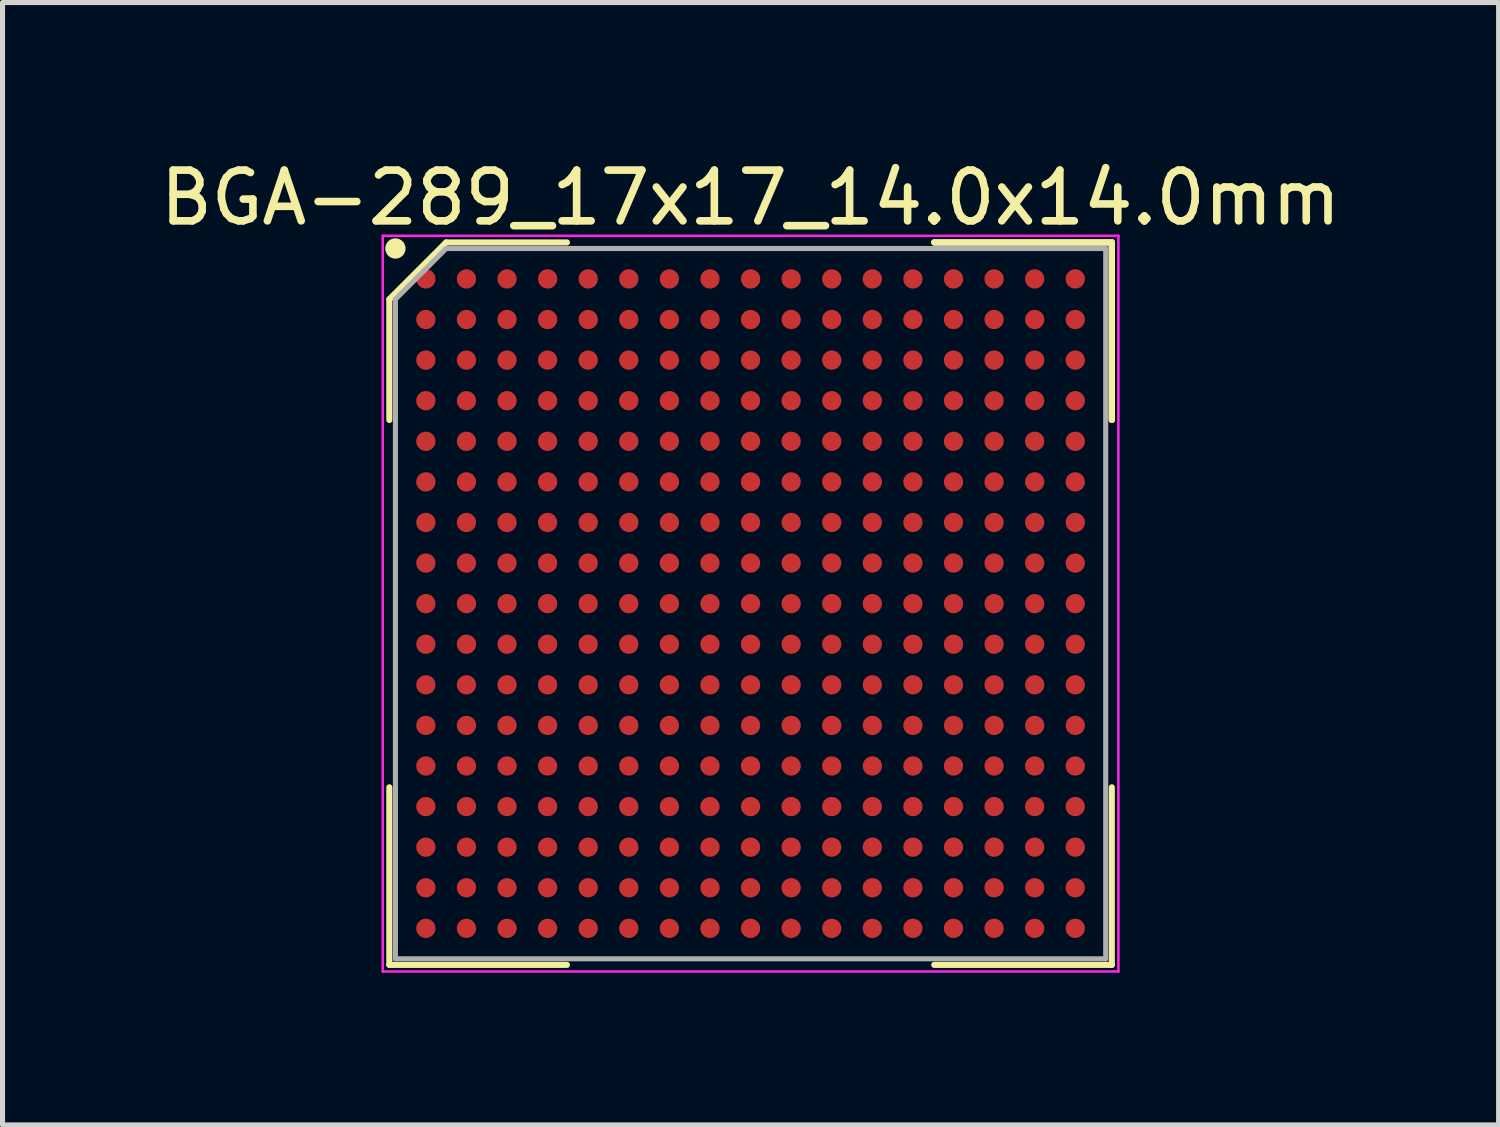
<source format=kicad_pcb>
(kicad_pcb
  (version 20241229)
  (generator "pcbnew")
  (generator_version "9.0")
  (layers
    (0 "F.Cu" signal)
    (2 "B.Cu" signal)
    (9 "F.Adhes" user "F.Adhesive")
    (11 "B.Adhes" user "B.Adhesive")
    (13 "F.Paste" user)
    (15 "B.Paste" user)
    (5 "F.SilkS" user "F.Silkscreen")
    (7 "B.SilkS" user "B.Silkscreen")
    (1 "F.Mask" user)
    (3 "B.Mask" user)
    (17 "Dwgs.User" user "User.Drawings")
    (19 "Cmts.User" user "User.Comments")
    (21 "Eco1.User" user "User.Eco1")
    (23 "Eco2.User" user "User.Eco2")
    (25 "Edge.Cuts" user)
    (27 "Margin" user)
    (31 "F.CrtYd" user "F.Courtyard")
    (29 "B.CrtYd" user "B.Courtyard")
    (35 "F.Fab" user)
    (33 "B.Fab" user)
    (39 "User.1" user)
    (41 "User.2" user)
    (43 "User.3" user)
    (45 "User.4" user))
  (footprint "BGA-289_17x17_14.0x14.0mm"
    (layer "F.Cu")
    (at 11.744 8.848)
    (property "Reference" "BGA-289_17x17_14.0x14.0mm" (at 0 -8 0) (layer "F.SilkS") (effects (font (size 1 1) (thickness 0.15))))
    (attr smd)
    (fp_line (start -7.12 -6) (end -7.12 -3.62) (stroke (width 0.12) (type solid)) (layer "F.SilkS"))
    (fp_line (start -7.12 7.12) (end -7.12 3.62) (stroke (width 0.12) (type solid)) (layer "F.SilkS"))
    (fp_line (start -6 -7.12) (end -7.12 -6) (stroke (width 0.12) (type solid)) (layer "F.SilkS"))
    (fp_line (start -3.62 -7.12) (end -6 -7.12) (stroke (width 0.12) (type solid)) (layer "F.SilkS"))
    (fp_line (start -3.62 7.12) (end -7.12 7.12) (stroke (width 0.12) (type solid)) (layer "F.SilkS"))
    (fp_line (start 3.62 -7.12) (end 7.12 -7.12) (stroke (width 0.12) (type solid)) (layer "F.SilkS"))
    (fp_line (start 3.62 -7.12) (end 7.12 -7.12) (stroke (width 0.12) (type solid)) (layer "F.SilkS"))
    (fp_line (start 3.62 -7.12) (end 7.12 -7.12) (stroke (width 0.12) (type solid)) (layer "F.SilkS"))
    (fp_line (start 3.62 7.12) (end 7.12 7.12) (stroke (width 0.12) (type solid)) (layer "F.SilkS"))
    (fp_line (start 7.12 -7.12) (end 7.12 -3.62) (stroke (width 0.12) (type solid)) (layer "F.SilkS"))
    (fp_line (start 7.12 -7.12) (end 7.12 -3.62) (stroke (width 0.12) (type solid)) (layer "F.SilkS"))
    (fp_line (start 7.12 -7.12) (end 7.12 -3.62) (stroke (width 0.12) (type solid)) (layer "F.SilkS"))
    (fp_line (start 7.12 7.12) (end 7.12 3.62) (stroke (width 0.12) (type solid)) (layer "F.SilkS"))
    (fp_circle (center -7 -7) (end -7 -6.9) (stroke (width 0.2) (type solid)) (fill no) (layer "F.SilkS"))
    (fp_line (start -7.25 -7.25) (end 7.25 -7.25) (stroke (width 0.05) (type solid)) (layer "F.CrtYd"))
    (fp_line (start -7.25 7.25) (end -7.25 -7.25) (stroke (width 0.05) (type solid)) (layer "F.CrtYd"))
    (fp_line (start 7.25 -7.25) (end 7.25 7.25) (stroke (width 0.05) (type solid)) (layer "F.CrtYd"))
    (fp_line (start 7.25 7.25) (end -7.25 7.25) (stroke (width 0.05) (type solid)) (layer "F.CrtYd"))
    (fp_line (start -7 -6) (end -7 7) (stroke (width 0.1) (type solid)) (layer "F.Fab"))
    (fp_line (start -7 7) (end 7 7) (stroke (width 0.1) (type solid)) (layer "F.Fab"))
    (fp_line (start -6 -7) (end -7 -6) (stroke (width 0.1) (type solid)) (layer "F.Fab"))
    (fp_line (start 7 -7) (end -6 -7) (stroke (width 0.1) (type solid)) (layer "F.Fab"))
    (fp_line (start 7 7) (end 7 -7) (stroke (width 0.1) (type solid)) (layer "F.Fab"))
    (pad "A1" smd circle (at -6.4 -6.4) (size 0.38 0.38) (layers "F.Cu" "F.Mask" "F.Paste"))
    (pad "A2" smd circle (at -5.6 -6.4) (size 0.38 0.38) (layers "F.Cu" "F.Mask" "F.Paste"))
    (pad "A3" smd circle (at -4.8 -6.4) (size 0.38 0.38) (layers "F.Cu" "F.Mask" "F.Paste"))
    (pad "A4" smd circle (at -4 -6.4) (size 0.38 0.38) (layers "F.Cu" "F.Mask" "F.Paste"))
    (pad "A5" smd circle (at -3.2 -6.4) (size 0.38 0.38) (layers "F.Cu" "F.Mask" "F.Paste"))
    (pad "A6" smd circle (at -2.4 -6.4) (size 0.38 0.38) (layers "F.Cu" "F.Mask" "F.Paste"))
    (pad "A7" smd circle (at -1.6 -6.4) (size 0.38 0.38) (layers "F.Cu" "F.Mask" "F.Paste"))
    (pad "A8" smd circle (at -0.8 -6.4) (size 0.38 0.38) (layers "F.Cu" "F.Mask" "F.Paste"))
    (pad "A9" smd circle (at 0 -6.4) (size 0.38 0.38) (layers "F.Cu" "F.Mask" "F.Paste"))
    (pad "A10" smd circle (at 0.8 -6.4) (size 0.38 0.38) (layers "F.Cu" "F.Mask" "F.Paste"))
    (pad "A11" smd circle (at 1.6 -6.4) (size 0.38 0.38) (layers "F.Cu" "F.Mask" "F.Paste"))
    (pad "A12" smd circle (at 2.4 -6.4) (size 0.38 0.38) (layers "F.Cu" "F.Mask" "F.Paste"))
    (pad "A13" smd circle (at 3.2 -6.4) (size 0.38 0.38) (layers "F.Cu" "F.Mask" "F.Paste"))
    (pad "A14" smd circle (at 4 -6.4) (size 0.38 0.38) (layers "F.Cu" "F.Mask" "F.Paste"))
    (pad "A15" smd circle (at 4.8 -6.4) (size 0.38 0.38) (layers "F.Cu" "F.Mask" "F.Paste"))
    (pad "A16" smd circle (at 5.6 -6.4) (size 0.38 0.38) (layers "F.Cu" "F.Mask" "F.Paste"))
    (pad "A17" smd circle (at 6.4 -6.4) (size 0.38 0.38) (layers "F.Cu" "F.Mask" "F.Paste"))
    (pad "B1" smd circle (at -6.4 -5.6) (size 0.38 0.38) (layers "F.Cu" "F.Mask" "F.Paste"))
    (pad "B2" smd circle (at -5.6 -5.6) (size 0.38 0.38) (layers "F.Cu" "F.Mask" "F.Paste"))
    (pad "B3" smd circle (at -4.8 -5.6) (size 0.38 0.38) (layers "F.Cu" "F.Mask" "F.Paste"))
    (pad "B4" smd circle (at -4 -5.6) (size 0.38 0.38) (layers "F.Cu" "F.Mask" "F.Paste"))
    (pad "B5" smd circle (at -3.2 -5.6) (size 0.38 0.38) (layers "F.Cu" "F.Mask" "F.Paste"))
    (pad "B6" smd circle (at -2.4 -5.6) (size 0.38 0.38) (layers "F.Cu" "F.Mask" "F.Paste"))
    (pad "B7" smd circle (at -1.6 -5.6) (size 0.38 0.38) (layers "F.Cu" "F.Mask" "F.Paste"))
    (pad "B8" smd circle (at -0.8 -5.6) (size 0.38 0.38) (layers "F.Cu" "F.Mask" "F.Paste"))
    (pad "B9" smd circle (at 0 -5.6) (size 0.38 0.38) (layers "F.Cu" "F.Mask" "F.Paste"))
    (pad "B10" smd circle (at 0.8 -5.6) (size 0.38 0.38) (layers "F.Cu" "F.Mask" "F.Paste"))
    (pad "B11" smd circle (at 1.6 -5.6) (size 0.38 0.38) (layers "F.Cu" "F.Mask" "F.Paste"))
    (pad "B12" smd circle (at 2.4 -5.6) (size 0.38 0.38) (layers "F.Cu" "F.Mask" "F.Paste"))
    (pad "B13" smd circle (at 3.2 -5.6) (size 0.38 0.38) (layers "F.Cu" "F.Mask" "F.Paste"))
    (pad "B14" smd circle (at 4 -5.6) (size 0.38 0.38) (layers "F.Cu" "F.Mask" "F.Paste"))
    (pad "B15" smd circle (at 4.8 -5.6) (size 0.38 0.38) (layers "F.Cu" "F.Mask" "F.Paste"))
    (pad "B16" smd circle (at 5.6 -5.6) (size 0.38 0.38) (layers "F.Cu" "F.Mask" "F.Paste"))
    (pad "B17" smd circle (at 6.4 -5.6) (size 0.38 0.38) (layers "F.Cu" "F.Mask" "F.Paste"))
    (pad "C1" smd circle (at -6.4 -4.8) (size 0.38 0.38) (layers "F.Cu" "F.Mask" "F.Paste"))
    (pad "C2" smd circle (at -5.6 -4.8) (size 0.38 0.38) (layers "F.Cu" "F.Mask" "F.Paste"))
    (pad "C3" smd circle (at -4.8 -4.8) (size 0.38 0.38) (layers "F.Cu" "F.Mask" "F.Paste"))
    (pad "C4" smd circle (at -4 -4.8) (size 0.38 0.38) (layers "F.Cu" "F.Mask" "F.Paste"))
    (pad "C5" smd circle (at -3.2 -4.8) (size 0.38 0.38) (layers "F.Cu" "F.Mask" "F.Paste"))
    (pad "C6" smd circle (at -2.4 -4.8) (size 0.38 0.38) (layers "F.Cu" "F.Mask" "F.Paste"))
    (pad "C7" smd circle (at -1.6 -4.8) (size 0.38 0.38) (layers "F.Cu" "F.Mask" "F.Paste"))
    (pad "C8" smd circle (at -0.8 -4.8) (size 0.38 0.38) (layers "F.Cu" "F.Mask" "F.Paste"))
    (pad "C9" smd circle (at 0 -4.8) (size 0.38 0.38) (layers "F.Cu" "F.Mask" "F.Paste"))
    (pad "C10" smd circle (at 0.8 -4.8) (size 0.38 0.38) (layers "F.Cu" "F.Mask" "F.Paste"))
    (pad "C11" smd circle (at 1.6 -4.8) (size 0.38 0.38) (layers "F.Cu" "F.Mask" "F.Paste"))
    (pad "C12" smd circle (at 2.4 -4.8) (size 0.38 0.38) (layers "F.Cu" "F.Mask" "F.Paste"))
    (pad "C13" smd circle (at 3.2 -4.8) (size 0.38 0.38) (layers "F.Cu" "F.Mask" "F.Paste"))
    (pad "C14" smd circle (at 4 -4.8) (size 0.38 0.38) (layers "F.Cu" "F.Mask" "F.Paste"))
    (pad "C15" smd circle (at 4.8 -4.8) (size 0.38 0.38) (layers "F.Cu" "F.Mask" "F.Paste"))
    (pad "C16" smd circle (at 5.6 -4.8) (size 0.38 0.38) (layers "F.Cu" "F.Mask" "F.Paste"))
    (pad "C17" smd circle (at 6.4 -4.8) (size 0.38 0.38) (layers "F.Cu" "F.Mask" "F.Paste"))
    (pad "D1" smd circle (at -6.4 -4) (size 0.38 0.38) (layers "F.Cu" "F.Mask" "F.Paste"))
    (pad "D2" smd circle (at -5.6 -4) (size 0.38 0.38) (layers "F.Cu" "F.Mask" "F.Paste"))
    (pad "D3" smd circle (at -4.8 -4) (size 0.38 0.38) (layers "F.Cu" "F.Mask" "F.Paste"))
    (pad "D4" smd circle (at -4 -4) (size 0.38 0.38) (layers "F.Cu" "F.Mask" "F.Paste"))
    (pad "D5" smd circle (at -3.2 -4) (size 0.38 0.38) (layers "F.Cu" "F.Mask" "F.Paste"))
    (pad "D6" smd circle (at -2.4 -4) (size 0.38 0.38) (layers "F.Cu" "F.Mask" "F.Paste"))
    (pad "D7" smd circle (at -1.6 -4) (size 0.38 0.38) (layers "F.Cu" "F.Mask" "F.Paste"))
    (pad "D8" smd circle (at -0.8 -4) (size 0.38 0.38) (layers "F.Cu" "F.Mask" "F.Paste"))
    (pad "D9" smd circle (at 0 -4) (size 0.38 0.38) (layers "F.Cu" "F.Mask" "F.Paste"))
    (pad "D10" smd circle (at 0.8 -4) (size 0.38 0.38) (layers "F.Cu" "F.Mask" "F.Paste"))
    (pad "D11" smd circle (at 1.6 -4) (size 0.38 0.38) (layers "F.Cu" "F.Mask" "F.Paste"))
    (pad "D12" smd circle (at 2.4 -4) (size 0.38 0.38) (layers "F.Cu" "F.Mask" "F.Paste"))
    (pad "D13" smd circle (at 3.2 -4) (size 0.38 0.38) (layers "F.Cu" "F.Mask" "F.Paste"))
    (pad "D14" smd circle (at 4 -4) (size 0.38 0.38) (layers "F.Cu" "F.Mask" "F.Paste"))
    (pad "D15" smd circle (at 4.8 -4) (size 0.38 0.38) (layers "F.Cu" "F.Mask" "F.Paste"))
    (pad "D16" smd circle (at 5.6 -4) (size 0.38 0.38) (layers "F.Cu" "F.Mask" "F.Paste"))
    (pad "D17" smd circle (at 6.4 -4) (size 0.38 0.38) (layers "F.Cu" "F.Mask" "F.Paste"))
    (pad "E1" smd circle (at -6.4 -3.2) (size 0.38 0.38) (layers "F.Cu" "F.Mask" "F.Paste"))
    (pad "E2" smd circle (at -5.6 -3.2) (size 0.38 0.38) (layers "F.Cu" "F.Mask" "F.Paste"))
    (pad "E3" smd circle (at -4.8 -3.2) (size 0.38 0.38) (layers "F.Cu" "F.Mask" "F.Paste"))
    (pad "E4" smd circle (at -4 -3.2) (size 0.38 0.38) (layers "F.Cu" "F.Mask" "F.Paste"))
    (pad "E5" smd circle (at -3.2 -3.2) (size 0.38 0.38) (layers "F.Cu" "F.Mask" "F.Paste"))
    (pad "E6" smd circle (at -2.4 -3.2) (size 0.38 0.38) (layers "F.Cu" "F.Mask" "F.Paste"))
    (pad "E7" smd circle (at -1.6 -3.2) (size 0.38 0.38) (layers "F.Cu" "F.Mask" "F.Paste"))
    (pad "E8" smd circle (at -0.8 -3.2) (size 0.38 0.38) (layers "F.Cu" "F.Mask" "F.Paste"))
    (pad "E9" smd circle (at 0 -3.2) (size 0.38 0.38) (layers "F.Cu" "F.Mask" "F.Paste"))
    (pad "E10" smd circle (at 0.8 -3.2) (size 0.38 0.38) (layers "F.Cu" "F.Mask" "F.Paste"))
    (pad "E11" smd circle (at 1.6 -3.2) (size 0.38 0.38) (layers "F.Cu" "F.Mask" "F.Paste"))
    (pad "E12" smd circle (at 2.4 -3.2) (size 0.38 0.38) (layers "F.Cu" "F.Mask" "F.Paste"))
    (pad "E13" smd circle (at 3.2 -3.2) (size 0.38 0.38) (layers "F.Cu" "F.Mask" "F.Paste"))
    (pad "E14" smd circle (at 4 -3.2) (size 0.38 0.38) (layers "F.Cu" "F.Mask" "F.Paste"))
    (pad "E15" smd circle (at 4.8 -3.2) (size 0.38 0.38) (layers "F.Cu" "F.Mask" "F.Paste"))
    (pad "E16" smd circle (at 5.6 -3.2) (size 0.38 0.38) (layers "F.Cu" "F.Mask" "F.Paste"))
    (pad "E17" smd circle (at 6.4 -3.2) (size 0.38 0.38) (layers "F.Cu" "F.Mask" "F.Paste"))
    (pad "F1" smd circle (at -6.4 -2.4) (size 0.38 0.38) (layers "F.Cu" "F.Mask" "F.Paste"))
    (pad "F2" smd circle (at -5.6 -2.4) (size 0.38 0.38) (layers "F.Cu" "F.Mask" "F.Paste"))
    (pad "F3" smd circle (at -4.8 -2.4) (size 0.38 0.38) (layers "F.Cu" "F.Mask" "F.Paste"))
    (pad "F4" smd circle (at -4 -2.4) (size 0.38 0.38) (layers "F.Cu" "F.Mask" "F.Paste"))
    (pad "F5" smd circle (at -3.2 -2.4) (size 0.38 0.38) (layers "F.Cu" "F.Mask" "F.Paste"))
    (pad "F6" smd circle (at -2.4 -2.4) (size 0.38 0.38) (layers "F.Cu" "F.Mask" "F.Paste"))
    (pad "F7" smd circle (at -1.6 -2.4) (size 0.38 0.38) (layers "F.Cu" "F.Mask" "F.Paste"))
    (pad "F8" smd circle (at -0.8 -2.4) (size 0.38 0.38) (layers "F.Cu" "F.Mask" "F.Paste"))
    (pad "F9" smd circle (at 0 -2.4) (size 0.38 0.38) (layers "F.Cu" "F.Mask" "F.Paste"))
    (pad "F10" smd circle (at 0.8 -2.4) (size 0.38 0.38) (layers "F.Cu" "F.Mask" "F.Paste"))
    (pad "F11" smd circle (at 1.6 -2.4) (size 0.38 0.38) (layers "F.Cu" "F.Mask" "F.Paste"))
    (pad "F12" smd circle (at 2.4 -2.4) (size 0.38 0.38) (layers "F.Cu" "F.Mask" "F.Paste"))
    (pad "F13" smd circle (at 3.2 -2.4) (size 0.38 0.38) (layers "F.Cu" "F.Mask" "F.Paste"))
    (pad "F14" smd circle (at 4 -2.4) (size 0.38 0.38) (layers "F.Cu" "F.Mask" "F.Paste"))
    (pad "F15" smd circle (at 4.8 -2.4) (size 0.38 0.38) (layers "F.Cu" "F.Mask" "F.Paste"))
    (pad "F16" smd circle (at 5.6 -2.4) (size 0.38 0.38) (layers "F.Cu" "F.Mask" "F.Paste"))
    (pad "F17" smd circle (at 6.4 -2.4) (size 0.38 0.38) (layers "F.Cu" "F.Mask" "F.Paste"))
    (pad "G1" smd circle (at -6.4 -1.6) (size 0.38 0.38) (layers "F.Cu" "F.Mask" "F.Paste"))
    (pad "G2" smd circle (at -5.6 -1.6) (size 0.38 0.38) (layers "F.Cu" "F.Mask" "F.Paste"))
    (pad "G3" smd circle (at -4.8 -1.6) (size 0.38 0.38) (layers "F.Cu" "F.Mask" "F.Paste"))
    (pad "G4" smd circle (at -4 -1.6) (size 0.38 0.38) (layers "F.Cu" "F.Mask" "F.Paste"))
    (pad "G5" smd circle (at -3.2 -1.6) (size 0.38 0.38) (layers "F.Cu" "F.Mask" "F.Paste"))
    (pad "G6" smd circle (at -2.4 -1.6) (size 0.38 0.38) (layers "F.Cu" "F.Mask" "F.Paste"))
    (pad "G7" smd circle (at -1.6 -1.6) (size 0.38 0.38) (layers "F.Cu" "F.Mask" "F.Paste"))
    (pad "G8" smd circle (at -0.8 -1.6) (size 0.38 0.38) (layers "F.Cu" "F.Mask" "F.Paste"))
    (pad "G9" smd circle (at 0 -1.6) (size 0.38 0.38) (layers "F.Cu" "F.Mask" "F.Paste"))
    (pad "G10" smd circle (at 0.8 -1.6) (size 0.38 0.38) (layers "F.Cu" "F.Mask" "F.Paste"))
    (pad "G11" smd circle (at 1.6 -1.6) (size 0.38 0.38) (layers "F.Cu" "F.Mask" "F.Paste"))
    (pad "G12" smd circle (at 2.4 -1.6) (size 0.38 0.38) (layers "F.Cu" "F.Mask" "F.Paste"))
    (pad "G13" smd circle (at 3.2 -1.6) (size 0.38 0.38) (layers "F.Cu" "F.Mask" "F.Paste"))
    (pad "G14" smd circle (at 4 -1.6) (size 0.38 0.38) (layers "F.Cu" "F.Mask" "F.Paste"))
    (pad "G15" smd circle (at 4.8 -1.6) (size 0.38 0.38) (layers "F.Cu" "F.Mask" "F.Paste"))
    (pad "G16" smd circle (at 5.6 -1.6) (size 0.38 0.38) (layers "F.Cu" "F.Mask" "F.Paste"))
    (pad "G17" smd circle (at 6.4 -1.6) (size 0.38 0.38) (layers "F.Cu" "F.Mask" "F.Paste"))
    (pad "H1" smd circle (at -6.4 -0.8) (size 0.38 0.38) (layers "F.Cu" "F.Mask" "F.Paste"))
    (pad "H2" smd circle (at -5.6 -0.8) (size 0.38 0.38) (layers "F.Cu" "F.Mask" "F.Paste"))
    (pad "H3" smd circle (at -4.8 -0.8) (size 0.38 0.38) (layers "F.Cu" "F.Mask" "F.Paste"))
    (pad "H4" smd circle (at -4 -0.8) (size 0.38 0.38) (layers "F.Cu" "F.Mask" "F.Paste"))
    (pad "H5" smd circle (at -3.2 -0.8) (size 0.38 0.38) (layers "F.Cu" "F.Mask" "F.Paste"))
    (pad "H6" smd circle (at -2.4 -0.8) (size 0.38 0.38) (layers "F.Cu" "F.Mask" "F.Paste"))
    (pad "H7" smd circle (at -1.6 -0.8) (size 0.38 0.38) (layers "F.Cu" "F.Mask" "F.Paste"))
    (pad "H8" smd circle (at -0.8 -0.8) (size 0.38 0.38) (layers "F.Cu" "F.Mask" "F.Paste"))
    (pad "H9" smd circle (at 0 -0.8) (size 0.38 0.38) (layers "F.Cu" "F.Mask" "F.Paste"))
    (pad "H10" smd circle (at 0.8 -0.8) (size 0.38 0.38) (layers "F.Cu" "F.Mask" "F.Paste"))
    (pad "H11" smd circle (at 1.6 -0.8) (size 0.38 0.38) (layers "F.Cu" "F.Mask" "F.Paste"))
    (pad "H12" smd circle (at 2.4 -0.8) (size 0.38 0.38) (layers "F.Cu" "F.Mask" "F.Paste"))
    (pad "H13" smd circle (at 3.2 -0.8) (size 0.38 0.38) (layers "F.Cu" "F.Mask" "F.Paste"))
    (pad "H14" smd circle (at 4 -0.8) (size 0.38 0.38) (layers "F.Cu" "F.Mask" "F.Paste"))
    (pad "H15" smd circle (at 4.8 -0.8) (size 0.38 0.38) (layers "F.Cu" "F.Mask" "F.Paste"))
    (pad "H16" smd circle (at 5.6 -0.8) (size 0.38 0.38) (layers "F.Cu" "F.Mask" "F.Paste"))
    (pad "H17" smd circle (at 6.4 -0.8) (size 0.38 0.38) (layers "F.Cu" "F.Mask" "F.Paste"))
    (pad "J1" smd circle (at -6.4 0) (size 0.38 0.38) (layers "F.Cu" "F.Mask" "F.Paste"))
    (pad "J2" smd circle (at -5.6 0) (size 0.38 0.38) (layers "F.Cu" "F.Mask" "F.Paste"))
    (pad "J3" smd circle (at -4.8 0) (size 0.38 0.38) (layers "F.Cu" "F.Mask" "F.Paste"))
    (pad "J4" smd circle (at -4 0) (size 0.38 0.38) (layers "F.Cu" "F.Mask" "F.Paste"))
    (pad "J5" smd circle (at -3.2 0) (size 0.38 0.38) (layers "F.Cu" "F.Mask" "F.Paste"))
    (pad "J6" smd circle (at -2.4 0) (size 0.38 0.38) (layers "F.Cu" "F.Mask" "F.Paste"))
    (pad "J7" smd circle (at -1.6 0) (size 0.38 0.38) (layers "F.Cu" "F.Mask" "F.Paste"))
    (pad "J8" smd circle (at -0.8 0) (size 0.38 0.38) (layers "F.Cu" "F.Mask" "F.Paste"))
    (pad "J9" smd circle (at 0 0) (size 0.38 0.38) (layers "F.Cu" "F.Mask" "F.Paste"))
    (pad "J10" smd circle (at 0.8 0) (size 0.38 0.38) (layers "F.Cu" "F.Mask" "F.Paste"))
    (pad "J11" smd circle (at 1.6 0) (size 0.38 0.38) (layers "F.Cu" "F.Mask" "F.Paste"))
    (pad "J12" smd circle (at 2.4 0) (size 0.38 0.38) (layers "F.Cu" "F.Mask" "F.Paste"))
    (pad "J13" smd circle (at 3.2 0) (size 0.38 0.38) (layers "F.Cu" "F.Mask" "F.Paste"))
    (pad "J14" smd circle (at 4 0) (size 0.38 0.38) (layers "F.Cu" "F.Mask" "F.Paste"))
    (pad "J15" smd circle (at 4.8 0) (size 0.38 0.38) (layers "F.Cu" "F.Mask" "F.Paste"))
    (pad "J16" smd circle (at 5.6 0) (size 0.38 0.38) (layers "F.Cu" "F.Mask" "F.Paste"))
    (pad "J17" smd circle (at 6.4 0) (size 0.38 0.38) (layers "F.Cu" "F.Mask" "F.Paste"))
    (pad "K1" smd circle (at -6.4 0.8) (size 0.38 0.38) (layers "F.Cu" "F.Mask" "F.Paste"))
    (pad "K2" smd circle (at -5.6 0.8) (size 0.38 0.38) (layers "F.Cu" "F.Mask" "F.Paste"))
    (pad "K3" smd circle (at -4.8 0.8) (size 0.38 0.38) (layers "F.Cu" "F.Mask" "F.Paste"))
    (pad "K4" smd circle (at -4 0.8) (size 0.38 0.38) (layers "F.Cu" "F.Mask" "F.Paste"))
    (pad "K5" smd circle (at -3.2 0.8) (size 0.38 0.38) (layers "F.Cu" "F.Mask" "F.Paste"))
    (pad "K6" smd circle (at -2.4 0.8) (size 0.38 0.38) (layers "F.Cu" "F.Mask" "F.Paste"))
    (pad "K7" smd circle (at -1.6 0.8) (size 0.38 0.38) (layers "F.Cu" "F.Mask" "F.Paste"))
    (pad "K8" smd circle (at -0.8 0.8) (size 0.38 0.38) (layers "F.Cu" "F.Mask" "F.Paste"))
    (pad "K9" smd circle (at 0 0.8) (size 0.38 0.38) (layers "F.Cu" "F.Mask" "F.Paste"))
    (pad "K10" smd circle (at 0.8 0.8) (size 0.38 0.38) (layers "F.Cu" "F.Mask" "F.Paste"))
    (pad "K11" smd circle (at 1.6 0.8) (size 0.38 0.38) (layers "F.Cu" "F.Mask" "F.Paste"))
    (pad "K12" smd circle (at 2.4 0.8) (size 0.38 0.38) (layers "F.Cu" "F.Mask" "F.Paste"))
    (pad "K13" smd circle (at 3.2 0.8) (size 0.38 0.38) (layers "F.Cu" "F.Mask" "F.Paste"))
    (pad "K14" smd circle (at 4 0.8) (size 0.38 0.38) (layers "F.Cu" "F.Mask" "F.Paste"))
    (pad "K15" smd circle (at 4.8 0.8) (size 0.38 0.38) (layers "F.Cu" "F.Mask" "F.Paste"))
    (pad "K16" smd circle (at 5.6 0.8) (size 0.38 0.38) (layers "F.Cu" "F.Mask" "F.Paste"))
    (pad "K17" smd circle (at 6.4 0.8) (size 0.38 0.38) (layers "F.Cu" "F.Mask" "F.Paste"))
    (pad "L1" smd circle (at -6.4 1.6) (size 0.38 0.38) (layers "F.Cu" "F.Mask" "F.Paste"))
    (pad "L2" smd circle (at -5.6 1.6) (size 0.38 0.38) (layers "F.Cu" "F.Mask" "F.Paste"))
    (pad "L3" smd circle (at -4.8 1.6) (size 0.38 0.38) (layers "F.Cu" "F.Mask" "F.Paste"))
    (pad "L4" smd circle (at -4 1.6) (size 0.38 0.38) (layers "F.Cu" "F.Mask" "F.Paste"))
    (pad "L5" smd circle (at -3.2 1.6) (size 0.38 0.38) (layers "F.Cu" "F.Mask" "F.Paste"))
    (pad "L6" smd circle (at -2.4 1.6) (size 0.38 0.38) (layers "F.Cu" "F.Mask" "F.Paste"))
    (pad "L7" smd circle (at -1.6 1.6) (size 0.38 0.38) (layers "F.Cu" "F.Mask" "F.Paste"))
    (pad "L8" smd circle (at -0.8 1.6) (size 0.38 0.38) (layers "F.Cu" "F.Mask" "F.Paste"))
    (pad "L9" smd circle (at 0 1.6) (size 0.38 0.38) (layers "F.Cu" "F.Mask" "F.Paste"))
    (pad "L10" smd circle (at 0.8 1.6) (size 0.38 0.38) (layers "F.Cu" "F.Mask" "F.Paste"))
    (pad "L11" smd circle (at 1.6 1.6) (size 0.38 0.38) (layers "F.Cu" "F.Mask" "F.Paste"))
    (pad "L12" smd circle (at 2.4 1.6) (size 0.38 0.38) (layers "F.Cu" "F.Mask" "F.Paste"))
    (pad "L13" smd circle (at 3.2 1.6) (size 0.38 0.38) (layers "F.Cu" "F.Mask" "F.Paste"))
    (pad "L14" smd circle (at 4 1.6) (size 0.38 0.38) (layers "F.Cu" "F.Mask" "F.Paste"))
    (pad "L15" smd circle (at 4.8 1.6) (size 0.38 0.38) (layers "F.Cu" "F.Mask" "F.Paste"))
    (pad "L16" smd circle (at 5.6 1.6) (size 0.38 0.38) (layers "F.Cu" "F.Mask" "F.Paste"))
    (pad "L17" smd circle (at 6.4 1.6) (size 0.38 0.38) (layers "F.Cu" "F.Mask" "F.Paste"))
    (pad "M1" smd circle (at -6.4 2.4) (size 0.38 0.38) (layers "F.Cu" "F.Mask" "F.Paste"))
    (pad "M2" smd circle (at -5.6 2.4) (size 0.38 0.38) (layers "F.Cu" "F.Mask" "F.Paste"))
    (pad "M3" smd circle (at -4.8 2.4) (size 0.38 0.38) (layers "F.Cu" "F.Mask" "F.Paste"))
    (pad "M4" smd circle (at -4 2.4) (size 0.38 0.38) (layers "F.Cu" "F.Mask" "F.Paste"))
    (pad "M5" smd circle (at -3.2 2.4) (size 0.38 0.38) (layers "F.Cu" "F.Mask" "F.Paste"))
    (pad "M6" smd circle (at -2.4 2.4) (size 0.38 0.38) (layers "F.Cu" "F.Mask" "F.Paste"))
    (pad "M7" smd circle (at -1.6 2.4) (size 0.38 0.38) (layers "F.Cu" "F.Mask" "F.Paste"))
    (pad "M8" smd circle (at -0.8 2.4) (size 0.38 0.38) (layers "F.Cu" "F.Mask" "F.Paste"))
    (pad "M9" smd circle (at 0 2.4) (size 0.38 0.38) (layers "F.Cu" "F.Mask" "F.Paste"))
    (pad "M10" smd circle (at 0.8 2.4) (size 0.38 0.38) (layers "F.Cu" "F.Mask" "F.Paste"))
    (pad "M11" smd circle (at 1.6 2.4) (size 0.38 0.38) (layers "F.Cu" "F.Mask" "F.Paste"))
    (pad "M12" smd circle (at 2.4 2.4) (size 0.38 0.38) (layers "F.Cu" "F.Mask" "F.Paste"))
    (pad "M13" smd circle (at 3.2 2.4) (size 0.38 0.38) (layers "F.Cu" "F.Mask" "F.Paste"))
    (pad "M14" smd circle (at 4 2.4) (size 0.38 0.38) (layers "F.Cu" "F.Mask" "F.Paste"))
    (pad "M15" smd circle (at 4.8 2.4) (size 0.38 0.38) (layers "F.Cu" "F.Mask" "F.Paste"))
    (pad "M16" smd circle (at 5.6 2.4) (size 0.38 0.38) (layers "F.Cu" "F.Mask" "F.Paste"))
    (pad "M17" smd circle (at 6.4 2.4) (size 0.38 0.38) (layers "F.Cu" "F.Mask" "F.Paste"))
    (pad "N1" smd circle (at -6.4 3.2) (size 0.38 0.38) (layers "F.Cu" "F.Mask" "F.Paste"))
    (pad "N2" smd circle (at -5.6 3.2) (size 0.38 0.38) (layers "F.Cu" "F.Mask" "F.Paste"))
    (pad "N3" smd circle (at -4.8 3.2) (size 0.38 0.38) (layers "F.Cu" "F.Mask" "F.Paste"))
    (pad "N4" smd circle (at -4 3.2) (size 0.38 0.38) (layers "F.Cu" "F.Mask" "F.Paste"))
    (pad "N5" smd circle (at -3.2 3.2) (size 0.38 0.38) (layers "F.Cu" "F.Mask" "F.Paste"))
    (pad "N6" smd circle (at -2.4 3.2) (size 0.38 0.38) (layers "F.Cu" "F.Mask" "F.Paste"))
    (pad "N7" smd circle (at -1.6 3.2) (size 0.38 0.38) (layers "F.Cu" "F.Mask" "F.Paste"))
    (pad "N8" smd circle (at -0.8 3.2) (size 0.38 0.38) (layers "F.Cu" "F.Mask" "F.Paste"))
    (pad "N9" smd circle (at 0 3.2) (size 0.38 0.38) (layers "F.Cu" "F.Mask" "F.Paste"))
    (pad "N10" smd circle (at 0.8 3.2) (size 0.38 0.38) (layers "F.Cu" "F.Mask" "F.Paste"))
    (pad "N11" smd circle (at 1.6 3.2) (size 0.38 0.38) (layers "F.Cu" "F.Mask" "F.Paste"))
    (pad "N12" smd circle (at 2.4 3.2) (size 0.38 0.38) (layers "F.Cu" "F.Mask" "F.Paste"))
    (pad "N13" smd circle (at 3.2 3.2) (size 0.38 0.38) (layers "F.Cu" "F.Mask" "F.Paste"))
    (pad "N14" smd circle (at 4 3.2) (size 0.38 0.38) (layers "F.Cu" "F.Mask" "F.Paste"))
    (pad "N15" smd circle (at 4.8 3.2) (size 0.38 0.38) (layers "F.Cu" "F.Mask" "F.Paste"))
    (pad "N16" smd circle (at 5.6 3.2) (size 0.38 0.38) (layers "F.Cu" "F.Mask" "F.Paste"))
    (pad "N17" smd circle (at 6.4 3.2) (size 0.38 0.38) (layers "F.Cu" "F.Mask" "F.Paste"))
    (pad "P1" smd circle (at -6.4 4) (size 0.38 0.38) (layers "F.Cu" "F.Mask" "F.Paste"))
    (pad "P2" smd circle (at -5.6 4) (size 0.38 0.38) (layers "F.Cu" "F.Mask" "F.Paste"))
    (pad "P3" smd circle (at -4.8 4) (size 0.38 0.38) (layers "F.Cu" "F.Mask" "F.Paste"))
    (pad "P4" smd circle (at -4 4) (size 0.38 0.38) (layers "F.Cu" "F.Mask" "F.Paste"))
    (pad "P5" smd circle (at -3.2 4) (size 0.38 0.38) (layers "F.Cu" "F.Mask" "F.Paste"))
    (pad "P6" smd circle (at -2.4 4) (size 0.38 0.38) (layers "F.Cu" "F.Mask" "F.Paste"))
    (pad "P7" smd circle (at -1.6 4) (size 0.38 0.38) (layers "F.Cu" "F.Mask" "F.Paste"))
    (pad "P8" smd circle (at -0.8 4) (size 0.38 0.38) (layers "F.Cu" "F.Mask" "F.Paste"))
    (pad "P9" smd circle (at 0 4) (size 0.38 0.38) (layers "F.Cu" "F.Mask" "F.Paste"))
    (pad "P10" smd circle (at 0.8 4) (size 0.38 0.38) (layers "F.Cu" "F.Mask" "F.Paste"))
    (pad "P11" smd circle (at 1.6 4) (size 0.38 0.38) (layers "F.Cu" "F.Mask" "F.Paste"))
    (pad "P12" smd circle (at 2.4 4) (size 0.38 0.38) (layers "F.Cu" "F.Mask" "F.Paste"))
    (pad "P13" smd circle (at 3.2 4) (size 0.38 0.38) (layers "F.Cu" "F.Mask" "F.Paste"))
    (pad "P14" smd circle (at 4 4) (size 0.38 0.38) (layers "F.Cu" "F.Mask" "F.Paste"))
    (pad "P15" smd circle (at 4.8 4) (size 0.38 0.38) (layers "F.Cu" "F.Mask" "F.Paste"))
    (pad "P16" smd circle (at 5.6 4) (size 0.38 0.38) (layers "F.Cu" "F.Mask" "F.Paste"))
    (pad "P17" smd circle (at 6.4 4) (size 0.38 0.38) (layers "F.Cu" "F.Mask" "F.Paste"))
    (pad "R1" smd circle (at -6.4 4.8) (size 0.38 0.38) (layers "F.Cu" "F.Mask" "F.Paste"))
    (pad "R2" smd circle (at -5.6 4.8) (size 0.38 0.38) (layers "F.Cu" "F.Mask" "F.Paste"))
    (pad "R3" smd circle (at -4.8 4.8) (size 0.38 0.38) (layers "F.Cu" "F.Mask" "F.Paste"))
    (pad "R4" smd circle (at -4 4.8) (size 0.38 0.38) (layers "F.Cu" "F.Mask" "F.Paste"))
    (pad "R5" smd circle (at -3.2 4.8) (size 0.38 0.38) (layers "F.Cu" "F.Mask" "F.Paste"))
    (pad "R6" smd circle (at -2.4 4.8) (size 0.38 0.38) (layers "F.Cu" "F.Mask" "F.Paste"))
    (pad "R7" smd circle (at -1.6 4.8) (size 0.38 0.38) (layers "F.Cu" "F.Mask" "F.Paste"))
    (pad "R8" smd circle (at -0.8 4.8) (size 0.38 0.38) (layers "F.Cu" "F.Mask" "F.Paste"))
    (pad "R9" smd circle (at 0 4.8) (size 0.38 0.38) (layers "F.Cu" "F.Mask" "F.Paste"))
    (pad "R10" smd circle (at 0.8 4.8) (size 0.38 0.38) (layers "F.Cu" "F.Mask" "F.Paste"))
    (pad "R11" smd circle (at 1.6 4.8) (size 0.38 0.38) (layers "F.Cu" "F.Mask" "F.Paste"))
    (pad "R12" smd circle (at 2.4 4.8) (size 0.38 0.38) (layers "F.Cu" "F.Mask" "F.Paste"))
    (pad "R13" smd circle (at 3.2 4.8) (size 0.38 0.38) (layers "F.Cu" "F.Mask" "F.Paste"))
    (pad "R14" smd circle (at 4 4.8) (size 0.38 0.38) (layers "F.Cu" "F.Mask" "F.Paste"))
    (pad "R15" smd circle (at 4.8 4.8) (size 0.38 0.38) (layers "F.Cu" "F.Mask" "F.Paste"))
    (pad "R16" smd circle (at 5.6 4.8) (size 0.38 0.38) (layers "F.Cu" "F.Mask" "F.Paste"))
    (pad "R17" smd circle (at 6.4 4.8) (size 0.38 0.38) (layers "F.Cu" "F.Mask" "F.Paste"))
    (pad "T1" smd circle (at -6.4 5.6) (size 0.38 0.38) (layers "F.Cu" "F.Mask" "F.Paste"))
    (pad "T2" smd circle (at -5.6 5.6) (size 0.38 0.38) (layers "F.Cu" "F.Mask" "F.Paste"))
    (pad "T3" smd circle (at -4.8 5.6) (size 0.38 0.38) (layers "F.Cu" "F.Mask" "F.Paste"))
    (pad "T4" smd circle (at -4 5.6) (size 0.38 0.38) (layers "F.Cu" "F.Mask" "F.Paste"))
    (pad "T5" smd circle (at -3.2 5.6) (size 0.38 0.38) (layers "F.Cu" "F.Mask" "F.Paste"))
    (pad "T6" smd circle (at -2.4 5.6) (size 0.38 0.38) (layers "F.Cu" "F.Mask" "F.Paste"))
    (pad "T7" smd circle (at -1.6 5.6) (size 0.38 0.38) (layers "F.Cu" "F.Mask" "F.Paste"))
    (pad "T8" smd circle (at -0.8 5.6) (size 0.38 0.38) (layers "F.Cu" "F.Mask" "F.Paste"))
    (pad "T9" smd circle (at 0 5.6) (size 0.38 0.38) (layers "F.Cu" "F.Mask" "F.Paste"))
    (pad "T10" smd circle (at 0.8 5.6) (size 0.38 0.38) (layers "F.Cu" "F.Mask" "F.Paste"))
    (pad "T11" smd circle (at 1.6 5.6) (size 0.38 0.38) (layers "F.Cu" "F.Mask" "F.Paste"))
    (pad "T12" smd circle (at 2.4 5.6) (size 0.38 0.38) (layers "F.Cu" "F.Mask" "F.Paste"))
    (pad "T13" smd circle (at 3.2 5.6) (size 0.38 0.38) (layers "F.Cu" "F.Mask" "F.Paste"))
    (pad "T14" smd circle (at 4 5.6) (size 0.38 0.38) (layers "F.Cu" "F.Mask" "F.Paste"))
    (pad "T15" smd circle (at 4.8 5.6) (size 0.38 0.38) (layers "F.Cu" "F.Mask" "F.Paste"))
    (pad "T16" smd circle (at 5.6 5.6) (size 0.38 0.38) (layers "F.Cu" "F.Mask" "F.Paste"))
    (pad "T17" smd circle (at 6.4 5.6) (size 0.38 0.38) (layers "F.Cu" "F.Mask" "F.Paste"))
    (pad "U1" smd circle (at -6.4 6.4) (size 0.38 0.38) (layers "F.Cu" "F.Mask" "F.Paste"))
    (pad "U2" smd circle (at -5.6 6.4) (size 0.38 0.38) (layers "F.Cu" "F.Mask" "F.Paste"))
    (pad "U3" smd circle (at -4.8 6.4) (size 0.38 0.38) (layers "F.Cu" "F.Mask" "F.Paste"))
    (pad "U4" smd circle (at -4 6.4) (size 0.38 0.38) (layers "F.Cu" "F.Mask" "F.Paste"))
    (pad "U5" smd circle (at -3.2 6.4) (size 0.38 0.38) (layers "F.Cu" "F.Mask" "F.Paste"))
    (pad "U6" smd circle (at -2.4 6.4) (size 0.38 0.38) (layers "F.Cu" "F.Mask" "F.Paste"))
    (pad "U7" smd circle (at -1.6 6.4) (size 0.38 0.38) (layers "F.Cu" "F.Mask" "F.Paste"))
    (pad "U8" smd circle (at -0.8 6.4) (size 0.38 0.38) (layers "F.Cu" "F.Mask" "F.Paste"))
    (pad "U9" smd circle (at 0 6.4) (size 0.38 0.38) (layers "F.Cu" "F.Mask" "F.Paste"))
    (pad "U10" smd circle (at 0.8 6.4) (size 0.38 0.38) (layers "F.Cu" "F.Mask" "F.Paste"))
    (pad "U11" smd circle (at 1.6 6.4) (size 0.38 0.38) (layers "F.Cu" "F.Mask" "F.Paste"))
    (pad "U12" smd circle (at 2.4 6.4) (size 0.38 0.38) (layers "F.Cu" "F.Mask" "F.Paste"))
    (pad "U13" smd circle (at 3.2 6.4) (size 0.38 0.38) (layers "F.Cu" "F.Mask" "F.Paste"))
    (pad "U14" smd circle (at 4 6.4) (size 0.38 0.38) (layers "F.Cu" "F.Mask" "F.Paste"))
    (pad "U15" smd circle (at 4.8 6.4) (size 0.38 0.38) (layers "F.Cu" "F.Mask" "F.Paste"))
    (pad "U16" smd circle (at 5.6 6.4) (size 0.38 0.38) (layers "F.Cu" "F.Mask" "F.Paste"))
    (pad "U17" smd circle (at 6.4 6.4) (size 0.38 0.38) (layers "F.Cu" "F.Mask" "F.Paste")))
  (gr_rect
    (start -3 -3)
    (end 26.488 19.123)
    (stroke (width 0.1) (type default))
    (fill no)
    (layer "Edge.Cuts")))
</source>
